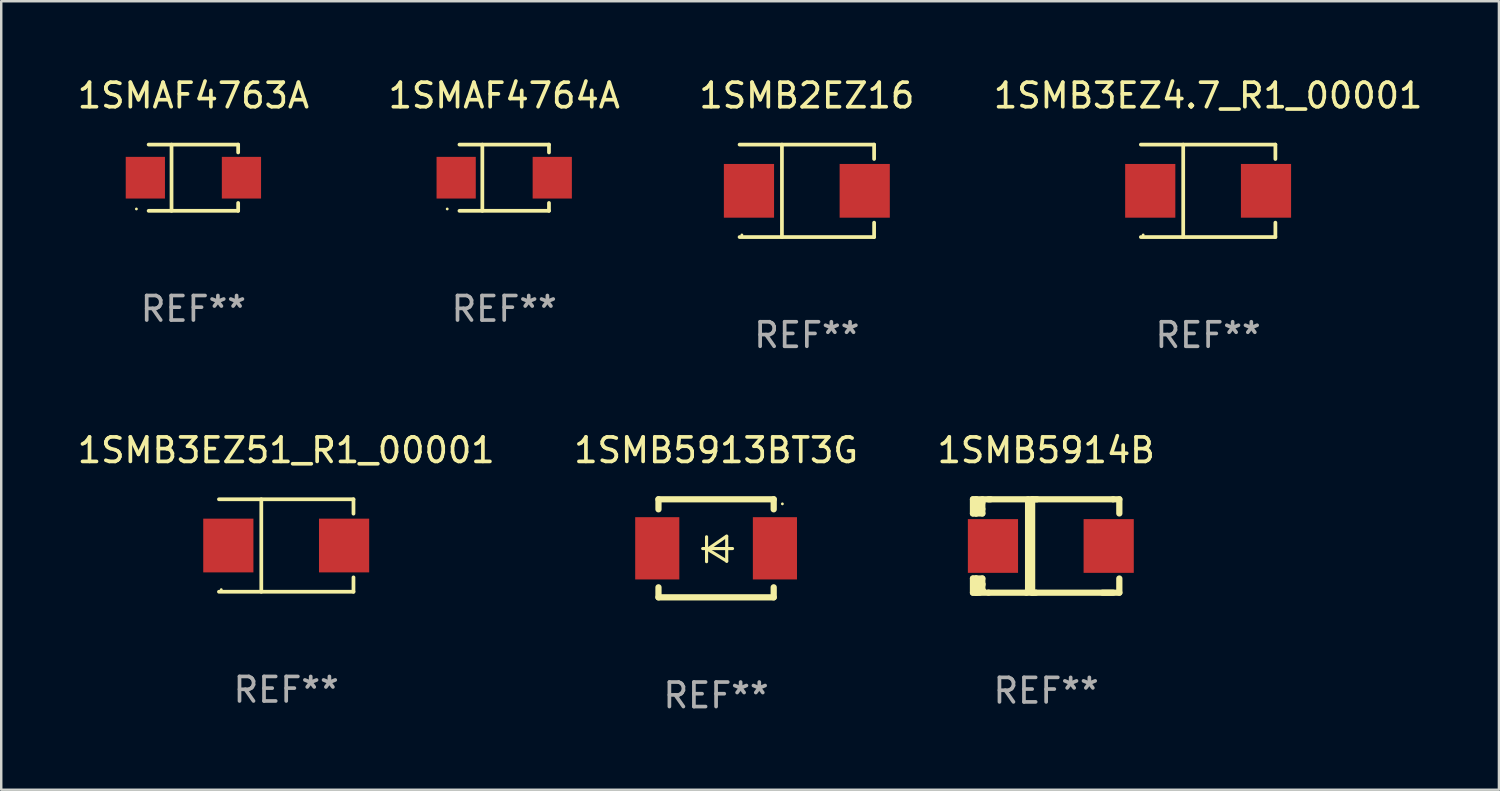
<source format=kicad_pcb>
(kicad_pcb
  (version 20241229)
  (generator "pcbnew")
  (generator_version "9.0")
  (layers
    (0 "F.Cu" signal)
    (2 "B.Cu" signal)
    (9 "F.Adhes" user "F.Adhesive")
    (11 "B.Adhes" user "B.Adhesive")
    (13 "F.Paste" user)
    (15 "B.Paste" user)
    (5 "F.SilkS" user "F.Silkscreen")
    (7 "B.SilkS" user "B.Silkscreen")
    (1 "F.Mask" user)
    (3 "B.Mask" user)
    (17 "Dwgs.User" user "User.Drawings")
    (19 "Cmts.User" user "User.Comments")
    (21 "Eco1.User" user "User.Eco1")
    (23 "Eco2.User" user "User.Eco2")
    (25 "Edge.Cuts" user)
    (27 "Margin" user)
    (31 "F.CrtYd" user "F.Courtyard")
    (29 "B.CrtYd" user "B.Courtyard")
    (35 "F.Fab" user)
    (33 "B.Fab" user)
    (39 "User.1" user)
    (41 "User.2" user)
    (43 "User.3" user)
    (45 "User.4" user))
  (footprint "1SMB5913BT3G"
    (layer "F.Cu")
    (at 26.161 19.317)
    (property "Reference" "1SMB5913BT3G" (at 0 -4 0) (layer "F.SilkS") (effects (font (size 1 1) (thickness 0.15))))
    (attr through_hole)
    (fp_line (start -2.35 -2) (end -2.35 -1.591) (stroke (width 0.254) (type solid)) (layer "F.SilkS"))
    (fp_line (start -2.35 -2) (end 2.35 -2) (stroke (width 0.254) (type solid)) (layer "F.SilkS"))
    (fp_line (start -2.35 1.591) (end -2.35 2) (stroke (width 0.254) (type solid)) (layer "F.SilkS"))
    (fp_line (start -2.35 2) (end 2.35 2) (stroke (width 0.254) (type solid)) (layer "F.SilkS"))
    (fp_line (start -0.548 0.01) (end 0.671 0.01) (stroke (width 0.127) (type solid)) (layer "F.SilkS"))
    (fp_line (start -0.389 -0.47) (end -0.389 0.546) (stroke (width 0.127) (type solid)) (layer "F.SilkS"))
    (fp_line (start -0.35 0.04) (end 0.433 0.52) (stroke (width 0.127) (type solid)) (layer "F.SilkS"))
    (fp_line (start 0.433 -0.5) (end -0.35 0.04) (stroke (width 0.127) (type solid)) (layer "F.SilkS"))
    (fp_line (start 0.433 0.53) (end 0.433 -0.486) (stroke (width 0.127) (type solid)) (layer "F.SilkS"))
    (fp_line (start 2.35 -2) (end 2.35 -1.591) (stroke (width 0.254) (type solid)) (layer "F.SilkS"))
    (fp_line (start 2.35 1.591) (end 2.35 2) (stroke (width 0.254) (type solid)) (layer "F.SilkS"))
    (fp_circle (center 2.704 -1.813) (end 2.734 -1.813) (stroke (width 0.06) (type solid)) (fill no) (layer "F.SilkS"))
    (fp_text user "REF**" (at 0 6 0) (layer "F.Fab") (effects (font (size 1 1) (thickness 0.15))))
    (pad "1" smd rect (at 2.4 0) (size 1.8 2.54) (layers "F.Cu" "F.Mask" "F.Paste"))
    (pad "2" smd rect (at -2.4 0) (size 1.8 2.54) (layers "F.Cu" "F.Mask" "F.Paste")))
  (footprint "1SMAF4763A"
    (layer "F.Cu")
    (at 4.839 4.199)
    (property "Reference" "1SMAF4763A" (at 0 -3.351 0) (layer "F.SilkS") (effects (font (size 1 1) (thickness 0.15))))
    (attr through_hole)
    (fp_line (start -1.826 -1.351) (end 1.826 -1.351) (stroke (width 0.152) (type solid)) (layer "F.SilkS"))
    (fp_line (start -1.826 1.351) (end 1.826 1.351) (stroke (width 0.152) (type solid)) (layer "F.SilkS"))
    (fp_line (start -0.892 -1.351) (end -0.892 1.351) (stroke (width 0.152) (type solid)) (layer "F.SilkS"))
    (fp_line (start 1.826 -1.351) (end 1.826 -1.03) (stroke (width 0.152) (type solid)) (layer "F.SilkS"))
    (fp_line (start 1.826 1.03) (end 1.826 1.351) (stroke (width 0.152) (type solid)) (layer "F.SilkS"))
    (fp_circle (center -2.325 1.275) (end -2.295 1.275) (stroke (width 0.06) (type solid)) (fill no) (layer "F.SilkS"))
    (fp_text user "REF**" (at 0 5.351 0) (layer "F.Fab") (effects (font (size 1 1) (thickness 0.15))))
    (pad "1" smd rect (at -1.96 0 180) (size 1.6 1.7) (layers "F.Cu" "F.Mask" "F.Paste"))
    (pad "2" smd rect (at 1.96 0 180) (size 1.6 1.7) (layers "F.Cu" "F.Mask" "F.Paste")))
  (footprint "1SMB3EZ51_R1_00001"
    (layer "F.Cu")
    (at 8.625 19.203)
    (property "Reference" "1SMB3EZ51_R1_00001" (at 0 -3.886 0) (layer "F.SilkS") (effects (font (size 1 1) (thickness 0.15))))
    (attr through_hole)
    (fp_line (start -2.744 -1.886) (end 2.744 -1.886) (stroke (width 0.152) (type solid)) (layer "F.SilkS"))
    (fp_line (start -2.744 1.886) (end 2.744 1.886) (stroke (width 0.152) (type solid)) (layer "F.SilkS"))
    (fp_line (start -1.016 -1.886) (end -1.016 1.886) (stroke (width 0.152) (type solid)) (layer "F.SilkS"))
    (fp_line (start 2.744 -1.886) (end 2.744 -1.299) (stroke (width 0.152) (type solid)) (layer "F.SilkS"))
    (fp_line (start 2.744 1.886) (end 2.744 1.299) (stroke (width 0.152) (type solid)) (layer "F.SilkS"))
    (fp_circle (center -2.65 1.8) (end -2.62 1.8) (stroke (width 0.06) (type solid)) (fill no) (layer "F.SilkS"))
    (fp_text user "REF**" (at 0 5.886 0) (layer "F.Fab") (effects (font (size 1 1) (thickness 0.15))))
    (pad "1" smd rect (at -2.361 0) (size 2.047 2.192) (layers "F.Cu" "F.Mask" "F.Paste"))
    (pad "2" smd rect (at 2.361 0) (size 2.047 2.192) (layers "F.Cu" "F.Mask" "F.Paste")))
  (footprint "1SMB3EZ4.7_R1_00001"
    (layer "F.Cu")
    (at 46.232 4.734)
    (property "Reference" "1SMB3EZ4.7_R1_00001" (at 0 -3.886 0) (layer "F.SilkS") (effects (font (size 1 1) (thickness 0.15))))
    (attr through_hole)
    (fp_line (start -2.744 -1.886) (end 2.744 -1.886) (stroke (width 0.152) (type solid)) (layer "F.SilkS"))
    (fp_line (start -2.744 1.886) (end 2.744 1.886) (stroke (width 0.152) (type solid)) (layer "F.SilkS"))
    (fp_line (start -1.016 -1.886) (end -1.016 1.886) (stroke (width 0.152) (type solid)) (layer "F.SilkS"))
    (fp_line (start 2.744 -1.886) (end 2.744 -1.299) (stroke (width 0.152) (type solid)) (layer "F.SilkS"))
    (fp_line (start 2.744 1.886) (end 2.744 1.299) (stroke (width 0.152) (type solid)) (layer "F.SilkS"))
    (fp_circle (center -2.65 1.8) (end -2.62 1.8) (stroke (width 0.06) (type solid)) (fill no) (layer "F.SilkS"))
    (fp_text user "REF**" (at 0 5.886 0) (layer "F.Fab") (effects (font (size 1 1) (thickness 0.15))))
    (pad "1" smd rect (at -2.361 0) (size 2.047 2.192) (layers "F.Cu" "F.Mask" "F.Paste"))
    (pad "2" smd rect (at 2.361 0) (size 2.047 2.192) (layers "F.Cu" "F.Mask" "F.Paste")))
  (footprint "1SMB5914B"
    (layer "F.Cu")
    (at 39.625 19.222)
    (property "Reference" "1SMB5914B" (at 0 -3.905 0) (layer "F.SilkS") (effects (font (size 1 1) (thickness 0.15))))
    (attr through_hole)
    (fp_line (start -2.985 -1.905) (end -2.985 -1.327) (stroke (width 0.254) (type solid)) (layer "F.SilkS"))
    (fp_line (start -2.985 -1.327) (end -2.858 -1.327) (stroke (width 0.254) (type solid)) (layer "F.SilkS"))
    (fp_line (start -2.985 1.327) (end -2.985 1.905) (stroke (width 0.254) (type solid)) (layer "F.SilkS"))
    (fp_line (start -2.985 1.905) (end -2.858 1.905) (stroke (width 0.254) (type solid)) (layer "F.SilkS"))
    (fp_line (start -2.858 -1.905) (end -2.985 -1.905) (stroke (width 0.254) (type solid)) (layer "F.SilkS"))
    (fp_line (start -2.858 -1.905) (end -2.271 -1.905) (stroke (width 0.254) (type solid)) (layer "F.SilkS"))
    (fp_line (start -2.858 -1.327) (end -2.858 -1.905) (stroke (width 0.254) (type solid)) (layer "F.SilkS"))
    (fp_line (start -2.858 -1.327) (end -2.604 -1.327) (stroke (width 0.254) (type solid)) (layer "F.SilkS"))
    (fp_line (start -2.858 1.327) (end -2.985 1.327) (stroke (width 0.254) (type solid)) (layer "F.SilkS"))
    (fp_line (start -2.858 1.327) (end -2.604 1.327) (stroke (width 0.254) (type solid)) (layer "F.SilkS"))
    (fp_line (start -2.858 1.549) (end -2.604 1.549) (stroke (width 0.254) (type solid)) (layer "F.SilkS"))
    (fp_line (start -2.858 1.905) (end -2.858 1.327) (stroke (width 0.254) (type solid)) (layer "F.SilkS"))
    (fp_line (start -2.806 -1.766) (end -2.858 -1.715) (stroke (width 0.254) (type solid)) (layer "F.SilkS"))
    (fp_line (start -2.796 -1.508) (end -2.858 -1.446) (stroke (width 0.254) (type solid)) (layer "F.SilkS"))
    (fp_line (start -2.776 1.778) (end -2.858 1.696) (stroke (width 0.254) (type solid)) (layer "F.SilkS"))
    (fp_line (start -2.716 1.905) (end -2.858 1.905) (stroke (width 0.254) (type solid)) (layer "F.SilkS"))
    (fp_line (start -2.683 -1.766) (end -2.683 -1.748) (stroke (width 0.254) (type solid)) (layer "F.SilkS"))
    (fp_line (start -2.683 -1.748) (end -2.858 -1.573) (stroke (width 0.254) (type solid)) (layer "F.SilkS"))
    (fp_line (start -2.604 -1.766) (end -2.806 -1.766) (stroke (width 0.254) (type solid)) (layer "F.SilkS"))
    (fp_line (start -2.604 -1.508) (end -2.796 -1.508) (stroke (width 0.254) (type solid)) (layer "F.SilkS"))
    (fp_line (start -2.604 -1.327) (end -2.604 -1.905) (stroke (width 0.254) (type solid)) (layer "F.SilkS"))
    (fp_line (start -2.604 1.327) (end -2.604 1.778) (stroke (width 0.254) (type solid)) (layer "F.SilkS"))
    (fp_line (start -2.604 1.596) (end -2.604 1.563) (stroke (width 0.254) (type solid)) (layer "F.SilkS"))
    (fp_line (start -2.604 1.778) (end -2.776 1.778) (stroke (width 0.254) (type solid)) (layer "F.SilkS"))
    (fp_line (start -2.35 1.905) (end -2.858 1.905) (stroke (width 0.254) (type solid)) (layer "F.SilkS"))
    (fp_line (start -2.35 1.905) (end 2.731 1.905) (stroke (width 0.254) (type solid)) (layer "F.SilkS"))
    (fp_line (start -0.737 -1.905) (end -0.737 1.834) (stroke (width 0.254) (type solid)) (layer "F.SilkS"))
    (fp_line (start -0.737 1.834) (end -0.807 1.905) (stroke (width 0.254) (type solid)) (layer "F.SilkS"))
    (fp_line (start -0.572 -1.905) (end -0.572 1.905) (stroke (width 0.254) (type solid)) (layer "F.SilkS"))
    (fp_line (start -0.572 1.905) (end -0.422 1.905) (stroke (width 0.254) (type solid)) (layer "F.SilkS"))
    (fp_line (start -0.376 -1.905) (end -0.572 -1.905) (stroke (width 0.254) (type solid)) (layer "F.SilkS"))
    (fp_line (start 2.731 -1.905) (end -2.35 -1.905) (stroke (width 0.254) (type solid)) (layer "F.SilkS"))
    (fp_line (start 2.731 -1.905) (end 2.985 -1.905) (stroke (width 0.254) (type solid)) (layer "F.SilkS"))
    (fp_line (start 2.985 -1.905) (end 2.985 -1.327) (stroke (width 0.254) (type solid)) (layer "F.SilkS"))
    (fp_line (start 2.985 1.327) (end 2.985 1.905) (stroke (width 0.254) (type solid)) (layer "F.SilkS"))
    (fp_line (start 2.985 1.905) (end 2.301 1.905) (stroke (width 0.254) (type solid)) (layer "F.SilkS"))
    (fp_circle (center -2.509 1.8) (end -2.479 1.8) (stroke (width 0.06) (type solid)) (fill no) (layer "F.SilkS"))
    (fp_text user "REF**" (at 0 5.905 0) (layer "F.Fab") (effects (font (size 1 1) (thickness 0.15))))
    (pad "1" smd rect (at -2.17 0) (size 2.047 2.192) (layers "F.Cu" "F.Mask" "F.Paste"))
    (pad "2" smd rect (at 2.551 0) (size 2.047 2.192) (layers "F.Cu" "F.Mask" "F.Paste")))
  (footprint "1SMB2EZ16"
    (layer "F.Cu")
    (at 29.863 4.734)
    (property "Reference" "1SMB2EZ16" (at 0 -3.886 0) (layer "F.SilkS") (effects (font (size 1 1) (thickness 0.15))))
    (attr through_hole)
    (fp_line (start -2.744 -1.886) (end 2.744 -1.886) (stroke (width 0.152) (type solid)) (layer "F.SilkS"))
    (fp_line (start -2.744 1.886) (end 2.744 1.886) (stroke (width 0.152) (type solid)) (layer "F.SilkS"))
    (fp_line (start -1.016 -1.886) (end -1.016 1.886) (stroke (width 0.152) (type solid)) (layer "F.SilkS"))
    (fp_line (start 2.744 -1.886) (end 2.744 -1.299) (stroke (width 0.152) (type solid)) (layer "F.SilkS"))
    (fp_line (start 2.744 1.886) (end 2.744 1.299) (stroke (width 0.152) (type solid)) (layer "F.SilkS"))
    (fp_circle (center -2.65 1.8) (end -2.62 1.8) (stroke (width 0.06) (type solid)) (fill no) (layer "F.SilkS"))
    (fp_text user "REF**" (at 0 5.886 0) (layer "F.Fab") (effects (font (size 1 1) (thickness 0.15))))
    (pad "1" smd rect (at -2.361 0) (size 2.047 2.192) (layers "F.Cu" "F.Mask" "F.Paste"))
    (pad "2" smd rect (at 2.361 0) (size 2.047 2.192) (layers "F.Cu" "F.Mask" "F.Paste")))
  (footprint "1SMAF4764A"
    (layer "F.Cu")
    (at 17.518 4.199)
    (property "Reference" "1SMAF4764A" (at 0 -3.351 0) (layer "F.SilkS") (effects (font (size 1 1) (thickness 0.15))))
    (attr through_hole)
    (fp_line (start -1.826 -1.351) (end 1.826 -1.351) (stroke (width 0.152) (type solid)) (layer "F.SilkS"))
    (fp_line (start -1.826 1.351) (end 1.826 1.351) (stroke (width 0.152) (type solid)) (layer "F.SilkS"))
    (fp_line (start -0.892 -1.351) (end -0.892 1.351) (stroke (width 0.152) (type solid)) (layer "F.SilkS"))
    (fp_line (start 1.826 -1.351) (end 1.826 -1.03) (stroke (width 0.152) (type solid)) (layer "F.SilkS"))
    (fp_line (start 1.826 1.03) (end 1.826 1.351) (stroke (width 0.152) (type solid)) (layer "F.SilkS"))
    (fp_circle (center -2.325 1.275) (end -2.295 1.275) (stroke (width 0.06) (type solid)) (fill no) (layer "F.SilkS"))
    (fp_text user "REF**" (at 0 5.351 0) (layer "F.Fab") (effects (font (size 1 1) (thickness 0.15))))
    (pad "1" smd rect (at -1.96 0 180) (size 1.6 1.7) (layers "F.Cu" "F.Mask" "F.Paste"))
    (pad "2" smd rect (at 1.96 0 180) (size 1.6 1.7) (layers "F.Cu" "F.Mask" "F.Paste")))
  (gr_rect
    (start -3 -3)
    (end 58.095 29.165)
    (stroke (width 0.1) (type default))
    (fill no)
    (layer "Edge.Cuts")))
</source>
